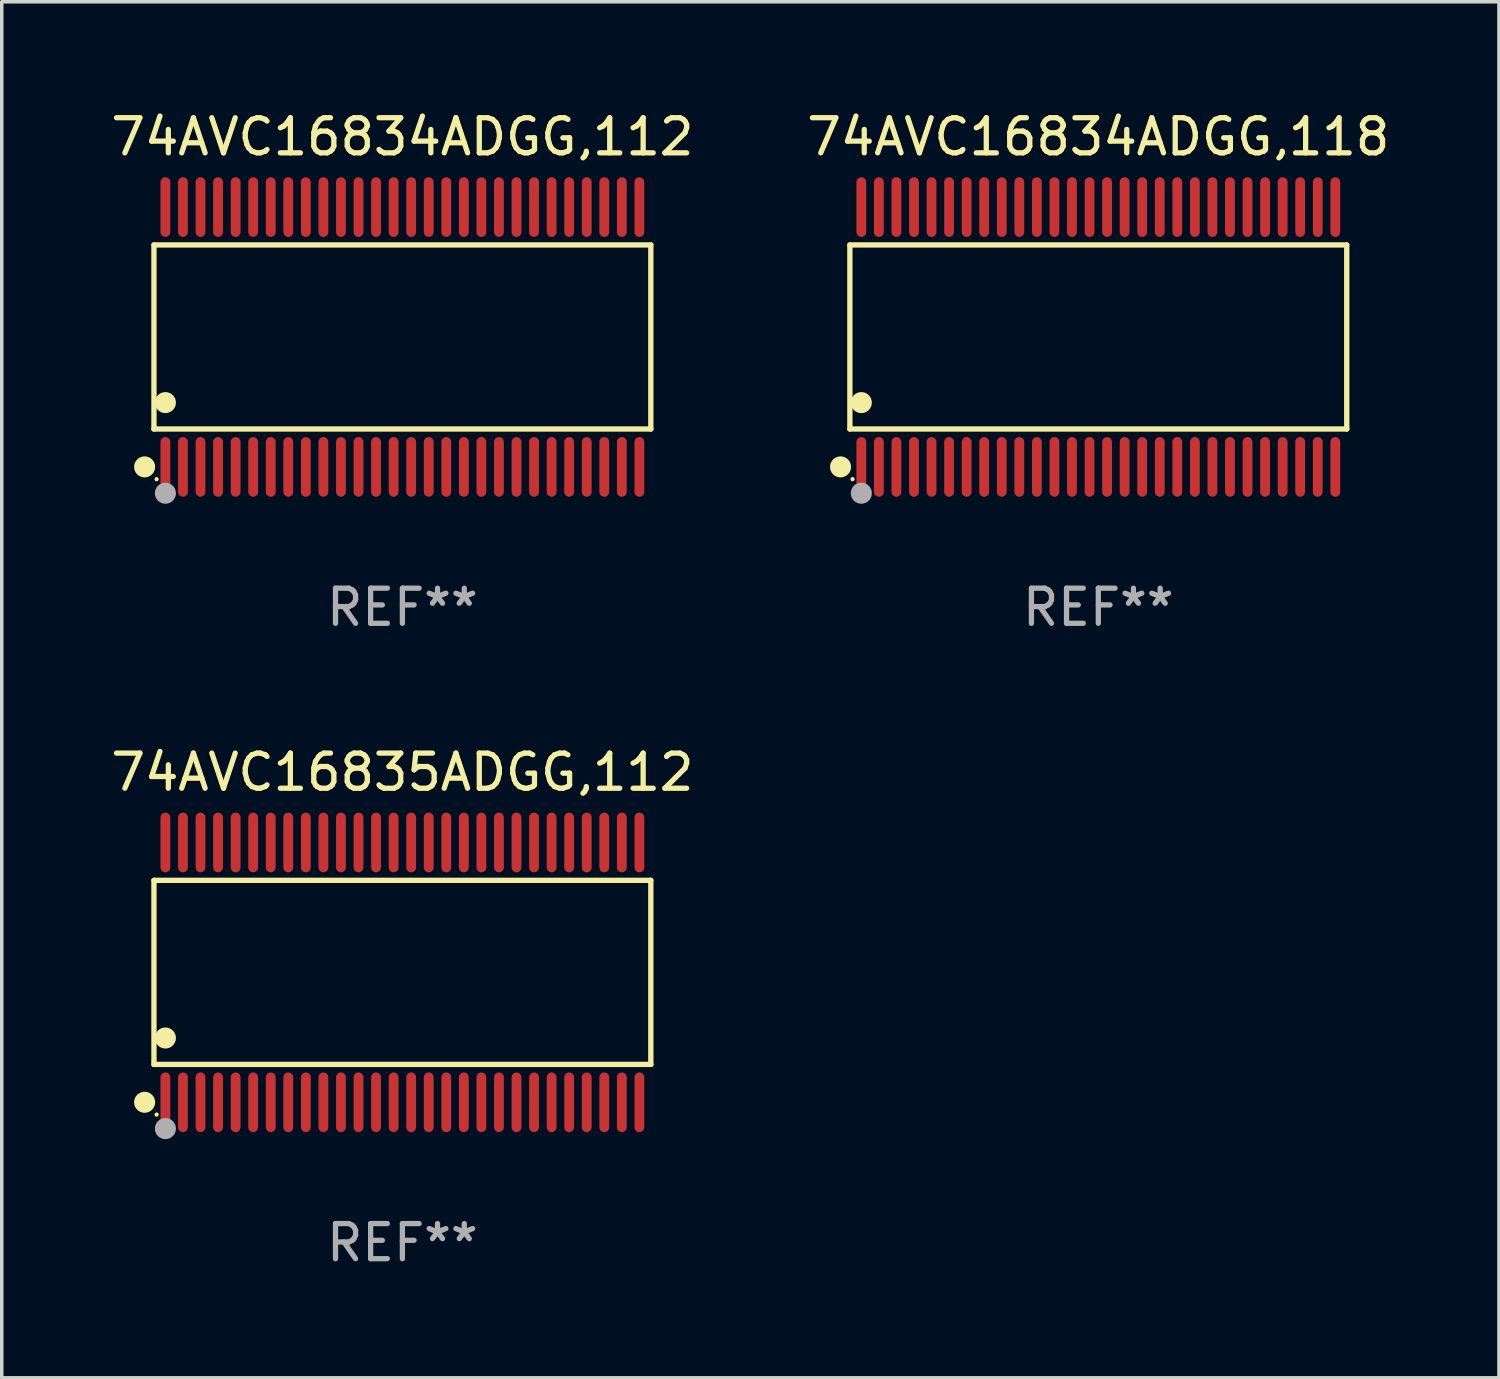
<source format=kicad_pcb>
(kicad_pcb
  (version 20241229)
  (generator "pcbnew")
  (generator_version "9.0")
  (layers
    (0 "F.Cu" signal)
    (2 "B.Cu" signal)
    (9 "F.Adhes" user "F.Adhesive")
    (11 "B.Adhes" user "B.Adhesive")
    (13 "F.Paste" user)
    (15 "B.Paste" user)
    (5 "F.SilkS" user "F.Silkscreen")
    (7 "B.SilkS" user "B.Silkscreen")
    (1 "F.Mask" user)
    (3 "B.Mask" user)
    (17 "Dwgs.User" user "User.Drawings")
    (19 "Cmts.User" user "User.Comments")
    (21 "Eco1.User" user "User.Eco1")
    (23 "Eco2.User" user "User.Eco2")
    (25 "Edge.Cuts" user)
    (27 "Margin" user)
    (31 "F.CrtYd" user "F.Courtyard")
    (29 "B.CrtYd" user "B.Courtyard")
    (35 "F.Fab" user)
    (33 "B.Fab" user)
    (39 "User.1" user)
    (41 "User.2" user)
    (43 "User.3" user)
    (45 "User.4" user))
  (footprint "74AVC16834ADGG,112"
    (layer "F.Cu")
    (at 8.411 6.548)
    (property "Reference" "74AVC16834ADGG,112" (at 0 -5.7 0) (layer "F.SilkS") (effects (font (size 1 1) (thickness 0.15))))
    (attr through_hole)
    (fp_line (start -7.076 -2.621) (end 7.076 -2.621) (stroke (width 0.152) (type solid)) (layer "F.SilkS"))
    (fp_line (start -7.076 2.621) (end -7.076 -2.621) (stroke (width 0.152) (type solid)) (layer "F.SilkS"))
    (fp_line (start 7.076 -2.621) (end 7.076 2.621) (stroke (width 0.152) (type solid)) (layer "F.SilkS"))
    (fp_line (start 7.076 2.621) (end -7.076 2.621) (stroke (width 0.152) (type solid)) (layer "F.SilkS"))
    (fp_circle (center -7.342 3.7) (end -7.192 3.7) (stroke (width 0.3) (type solid)) (fill no) (layer "F.SilkS"))
    (fp_circle (center -7 4.05) (end -6.97 4.05) (stroke (width 0.06) (type solid)) (fill no) (layer "F.SilkS"))
    (fp_circle (center -6.75 1.869) (end -6.6 1.869) (stroke (width 0.3) (type solid)) (fill no) (layer "F.SilkS"))
    (fp_circle (center -6.75 4.45) (end -6.6 4.45) (stroke (width 0.3) (type solid)) (fill no) (layer "F.Fab"))
    (fp_text user "REF**" (at 0 7.7 0) (layer "F.Fab") (effects (font (size 1 1) (thickness 0.15))))
    (pad "1" smd oval (at -6.75 3.7) (size 0.28 1.7) (layers "F.Cu" "F.Mask" "F.Paste"))
    (pad "2" smd oval (at -6.25 3.7) (size 0.28 1.7) (layers "F.Cu" "F.Mask" "F.Paste"))
    (pad "3" smd oval (at -5.75 3.7) (size 0.28 1.7) (layers "F.Cu" "F.Mask" "F.Paste"))
    (pad "4" smd oval (at -5.25 3.7) (size 0.28 1.7) (layers "F.Cu" "F.Mask" "F.Paste"))
    (pad "5" smd oval (at -4.75 3.7) (size 0.28 1.7) (layers "F.Cu" "F.Mask" "F.Paste"))
    (pad "6" smd oval (at -4.25 3.7) (size 0.28 1.7) (layers "F.Cu" "F.Mask" "F.Paste"))
    (pad "7" smd oval (at -3.75 3.7) (size 0.28 1.7) (layers "F.Cu" "F.Mask" "F.Paste"))
    (pad "8" smd oval (at -3.25 3.7) (size 0.28 1.7) (layers "F.Cu" "F.Mask" "F.Paste"))
    (pad "9" smd oval (at -2.75 3.7) (size 0.28 1.7) (layers "F.Cu" "F.Mask" "F.Paste"))
    (pad "10" smd oval (at -2.25 3.7) (size 0.28 1.7) (layers "F.Cu" "F.Mask" "F.Paste"))
    (pad "11" smd oval (at -1.75 3.7) (size 0.28 1.7) (layers "F.Cu" "F.Mask" "F.Paste"))
    (pad "12" smd oval (at -1.25 3.7) (size 0.28 1.7) (layers "F.Cu" "F.Mask" "F.Paste"))
    (pad "13" smd oval (at -0.75 3.7) (size 0.28 1.7) (layers "F.Cu" "F.Mask" "F.Paste"))
    (pad "14" smd oval (at -0.25 3.7) (size 0.28 1.7) (layers "F.Cu" "F.Mask" "F.Paste"))
    (pad "15" smd oval (at 0.25 3.7) (size 0.28 1.7) (layers "F.Cu" "F.Mask" "F.Paste"))
    (pad "16" smd oval (at 0.75 3.7) (size 0.28 1.7) (layers "F.Cu" "F.Mask" "F.Paste"))
    (pad "17" smd oval (at 1.25 3.7) (size 0.28 1.7) (layers "F.Cu" "F.Mask" "F.Paste"))
    (pad "18" smd oval (at 1.75 3.7) (size 0.28 1.7) (layers "F.Cu" "F.Mask" "F.Paste"))
    (pad "19" smd oval (at 2.25 3.7) (size 0.28 1.7) (layers "F.Cu" "F.Mask" "F.Paste"))
    (pad "20" smd oval (at 2.75 3.7) (size 0.28 1.7) (layers "F.Cu" "F.Mask" "F.Paste"))
    (pad "21" smd oval (at 3.25 3.7) (size 0.28 1.7) (layers "F.Cu" "F.Mask" "F.Paste"))
    (pad "22" smd oval (at 3.75 3.7) (size 0.28 1.7) (layers "F.Cu" "F.Mask" "F.Paste"))
    (pad "23" smd oval (at 4.25 3.7) (size 0.28 1.7) (layers "F.Cu" "F.Mask" "F.Paste"))
    (pad "24" smd oval (at 4.75 3.7) (size 0.28 1.7) (layers "F.Cu" "F.Mask" "F.Paste"))
    (pad "25" smd oval (at 5.25 3.7) (size 0.28 1.7) (layers "F.Cu" "F.Mask" "F.Paste"))
    (pad "26" smd oval (at 5.75 3.7) (size 0.28 1.7) (layers "F.Cu" "F.Mask" "F.Paste"))
    (pad "27" smd oval (at 6.25 3.7) (size 0.28 1.7) (layers "F.Cu" "F.Mask" "F.Paste"))
    (pad "28" smd oval (at 6.75 3.7) (size 0.28 1.7) (layers "F.Cu" "F.Mask" "F.Paste"))
    (pad "29" smd oval (at 6.75 -3.7) (size 0.28 1.7) (layers "F.Cu" "F.Mask" "F.Paste"))
    (pad "30" smd oval (at 6.25 -3.7) (size 0.28 1.7) (layers "F.Cu" "F.Mask" "F.Paste"))
    (pad "31" smd oval (at 5.75 -3.7) (size 0.28 1.7) (layers "F.Cu" "F.Mask" "F.Paste"))
    (pad "32" smd oval (at 5.25 -3.7) (size 0.28 1.7) (layers "F.Cu" "F.Mask" "F.Paste"))
    (pad "33" smd oval (at 4.75 -3.7) (size 0.28 1.7) (layers "F.Cu" "F.Mask" "F.Paste"))
    (pad "34" smd oval (at 4.25 -3.7) (size 0.28 1.7) (layers "F.Cu" "F.Mask" "F.Paste"))
    (pad "35" smd oval (at 3.75 -3.7) (size 0.28 1.7) (layers "F.Cu" "F.Mask" "F.Paste"))
    (pad "36" smd oval (at 3.25 -3.7) (size 0.28 1.7) (layers "F.Cu" "F.Mask" "F.Paste"))
    (pad "37" smd oval (at 2.75 -3.7) (size 0.28 1.7) (layers "F.Cu" "F.Mask" "F.Paste"))
    (pad "38" smd oval (at 2.25 -3.7) (size 0.28 1.7) (layers "F.Cu" "F.Mask" "F.Paste"))
    (pad "39" smd oval (at 1.75 -3.7) (size 0.28 1.7) (layers "F.Cu" "F.Mask" "F.Paste"))
    (pad "40" smd oval (at 1.25 -3.7) (size 0.28 1.7) (layers "F.Cu" "F.Mask" "F.Paste"))
    (pad "41" smd oval (at 0.75 -3.7) (size 0.28 1.7) (layers "F.Cu" "F.Mask" "F.Paste"))
    (pad "42" smd oval (at 0.25 -3.7) (size 0.28 1.7) (layers "F.Cu" "F.Mask" "F.Paste"))
    (pad "43" smd oval (at -0.25 -3.7) (size 0.28 1.7) (layers "F.Cu" "F.Mask" "F.Paste"))
    (pad "44" smd oval (at -0.75 -3.7) (size 0.28 1.7) (layers "F.Cu" "F.Mask" "F.Paste"))
    (pad "45" smd oval (at -1.25 -3.7) (size 0.28 1.7) (layers "F.Cu" "F.Mask" "F.Paste"))
    (pad "46" smd oval (at -1.75 -3.7) (size 0.28 1.7) (layers "F.Cu" "F.Mask" "F.Paste"))
    (pad "47" smd oval (at -2.25 -3.7) (size 0.28 1.7) (layers "F.Cu" "F.Mask" "F.Paste"))
    (pad "48" smd oval (at -2.75 -3.7) (size 0.28 1.7) (layers "F.Cu" "F.Mask" "F.Paste"))
    (pad "49" smd oval (at -3.25 -3.7) (size 0.28 1.7) (layers "F.Cu" "F.Mask" "F.Paste"))
    (pad "50" smd oval (at -3.75 -3.7) (size 0.28 1.7) (layers "F.Cu" "F.Mask" "F.Paste"))
    (pad "51" smd oval (at -4.25 -3.7) (size 0.28 1.7) (layers "F.Cu" "F.Mask" "F.Paste"))
    (pad "52" smd oval (at -4.75 -3.7) (size 0.28 1.7) (layers "F.Cu" "F.Mask" "F.Paste"))
    (pad "53" smd oval (at -5.25 -3.7) (size 0.28 1.7) (layers "F.Cu" "F.Mask" "F.Paste"))
    (pad "54" smd oval (at -5.75 -3.7) (size 0.28 1.7) (layers "F.Cu" "F.Mask" "F.Paste"))
    (pad "55" smd oval (at -6.25 -3.7) (size 0.28 1.7) (layers "F.Cu" "F.Mask" "F.Paste"))
    (pad "56" smd oval (at -6.75 -3.7) (size 0.28 1.7) (layers "F.Cu" "F.Mask" "F.Paste")))
  (footprint "74AVC16834ADGG,118"
    (layer "F.Cu")
    (at 28.232 6.548)
    (property "Reference" "74AVC16834ADGG,118" (at 0 -5.7 0) (layer "F.SilkS") (effects (font (size 1 1) (thickness 0.15))))
    (attr through_hole)
    (fp_line (start -7.076 -2.621) (end 7.076 -2.621) (stroke (width 0.152) (type solid)) (layer "F.SilkS"))
    (fp_line (start -7.076 2.621) (end -7.076 -2.621) (stroke (width 0.152) (type solid)) (layer "F.SilkS"))
    (fp_line (start 7.076 -2.621) (end 7.076 2.621) (stroke (width 0.152) (type solid)) (layer "F.SilkS"))
    (fp_line (start 7.076 2.621) (end -7.076 2.621) (stroke (width 0.152) (type solid)) (layer "F.SilkS"))
    (fp_circle (center -7.342 3.7) (end -7.192 3.7) (stroke (width 0.3) (type solid)) (fill no) (layer "F.SilkS"))
    (fp_circle (center -7 4.05) (end -6.97 4.05) (stroke (width 0.06) (type solid)) (fill no) (layer "F.SilkS"))
    (fp_circle (center -6.75 1.869) (end -6.6 1.869) (stroke (width 0.3) (type solid)) (fill no) (layer "F.SilkS"))
    (fp_circle (center -6.75 4.45) (end -6.6 4.45) (stroke (width 0.3) (type solid)) (fill no) (layer "F.Fab"))
    (fp_text user "REF**" (at 0 7.7 0) (layer "F.Fab") (effects (font (size 1 1) (thickness 0.15))))
    (pad "1" smd oval (at -6.75 3.7) (size 0.28 1.7) (layers "F.Cu" "F.Mask" "F.Paste"))
    (pad "2" smd oval (at -6.25 3.7) (size 0.28 1.7) (layers "F.Cu" "F.Mask" "F.Paste"))
    (pad "3" smd oval (at -5.75 3.7) (size 0.28 1.7) (layers "F.Cu" "F.Mask" "F.Paste"))
    (pad "4" smd oval (at -5.25 3.7) (size 0.28 1.7) (layers "F.Cu" "F.Mask" "F.Paste"))
    (pad "5" smd oval (at -4.75 3.7) (size 0.28 1.7) (layers "F.Cu" "F.Mask" "F.Paste"))
    (pad "6" smd oval (at -4.25 3.7) (size 0.28 1.7) (layers "F.Cu" "F.Mask" "F.Paste"))
    (pad "7" smd oval (at -3.75 3.7) (size 0.28 1.7) (layers "F.Cu" "F.Mask" "F.Paste"))
    (pad "8" smd oval (at -3.25 3.7) (size 0.28 1.7) (layers "F.Cu" "F.Mask" "F.Paste"))
    (pad "9" smd oval (at -2.75 3.7) (size 0.28 1.7) (layers "F.Cu" "F.Mask" "F.Paste"))
    (pad "10" smd oval (at -2.25 3.7) (size 0.28 1.7) (layers "F.Cu" "F.Mask" "F.Paste"))
    (pad "11" smd oval (at -1.75 3.7) (size 0.28 1.7) (layers "F.Cu" "F.Mask" "F.Paste"))
    (pad "12" smd oval (at -1.25 3.7) (size 0.28 1.7) (layers "F.Cu" "F.Mask" "F.Paste"))
    (pad "13" smd oval (at -0.75 3.7) (size 0.28 1.7) (layers "F.Cu" "F.Mask" "F.Paste"))
    (pad "14" smd oval (at -0.25 3.7) (size 0.28 1.7) (layers "F.Cu" "F.Mask" "F.Paste"))
    (pad "15" smd oval (at 0.25 3.7) (size 0.28 1.7) (layers "F.Cu" "F.Mask" "F.Paste"))
    (pad "16" smd oval (at 0.75 3.7) (size 0.28 1.7) (layers "F.Cu" "F.Mask" "F.Paste"))
    (pad "17" smd oval (at 1.25 3.7) (size 0.28 1.7) (layers "F.Cu" "F.Mask" "F.Paste"))
    (pad "18" smd oval (at 1.75 3.7) (size 0.28 1.7) (layers "F.Cu" "F.Mask" "F.Paste"))
    (pad "19" smd oval (at 2.25 3.7) (size 0.28 1.7) (layers "F.Cu" "F.Mask" "F.Paste"))
    (pad "20" smd oval (at 2.75 3.7) (size 0.28 1.7) (layers "F.Cu" "F.Mask" "F.Paste"))
    (pad "21" smd oval (at 3.25 3.7) (size 0.28 1.7) (layers "F.Cu" "F.Mask" "F.Paste"))
    (pad "22" smd oval (at 3.75 3.7) (size 0.28 1.7) (layers "F.Cu" "F.Mask" "F.Paste"))
    (pad "23" smd oval (at 4.25 3.7) (size 0.28 1.7) (layers "F.Cu" "F.Mask" "F.Paste"))
    (pad "24" smd oval (at 4.75 3.7) (size 0.28 1.7) (layers "F.Cu" "F.Mask" "F.Paste"))
    (pad "25" smd oval (at 5.25 3.7) (size 0.28 1.7) (layers "F.Cu" "F.Mask" "F.Paste"))
    (pad "26" smd oval (at 5.75 3.7) (size 0.28 1.7) (layers "F.Cu" "F.Mask" "F.Paste"))
    (pad "27" smd oval (at 6.25 3.7) (size 0.28 1.7) (layers "F.Cu" "F.Mask" "F.Paste"))
    (pad "28" smd oval (at 6.75 3.7) (size 0.28 1.7) (layers "F.Cu" "F.Mask" "F.Paste"))
    (pad "29" smd oval (at 6.75 -3.7) (size 0.28 1.7) (layers "F.Cu" "F.Mask" "F.Paste"))
    (pad "30" smd oval (at 6.25 -3.7) (size 0.28 1.7) (layers "F.Cu" "F.Mask" "F.Paste"))
    (pad "31" smd oval (at 5.75 -3.7) (size 0.28 1.7) (layers "F.Cu" "F.Mask" "F.Paste"))
    (pad "32" smd oval (at 5.25 -3.7) (size 0.28 1.7) (layers "F.Cu" "F.Mask" "F.Paste"))
    (pad "33" smd oval (at 4.75 -3.7) (size 0.28 1.7) (layers "F.Cu" "F.Mask" "F.Paste"))
    (pad "34" smd oval (at 4.25 -3.7) (size 0.28 1.7) (layers "F.Cu" "F.Mask" "F.Paste"))
    (pad "35" smd oval (at 3.75 -3.7) (size 0.28 1.7) (layers "F.Cu" "F.Mask" "F.Paste"))
    (pad "36" smd oval (at 3.25 -3.7) (size 0.28 1.7) (layers "F.Cu" "F.Mask" "F.Paste"))
    (pad "37" smd oval (at 2.75 -3.7) (size 0.28 1.7) (layers "F.Cu" "F.Mask" "F.Paste"))
    (pad "38" smd oval (at 2.25 -3.7) (size 0.28 1.7) (layers "F.Cu" "F.Mask" "F.Paste"))
    (pad "39" smd oval (at 1.75 -3.7) (size 0.28 1.7) (layers "F.Cu" "F.Mask" "F.Paste"))
    (pad "40" smd oval (at 1.25 -3.7) (size 0.28 1.7) (layers "F.Cu" "F.Mask" "F.Paste"))
    (pad "41" smd oval (at 0.75 -3.7) (size 0.28 1.7) (layers "F.Cu" "F.Mask" "F.Paste"))
    (pad "42" smd oval (at 0.25 -3.7) (size 0.28 1.7) (layers "F.Cu" "F.Mask" "F.Paste"))
    (pad "43" smd oval (at -0.25 -3.7) (size 0.28 1.7) (layers "F.Cu" "F.Mask" "F.Paste"))
    (pad "44" smd oval (at -0.75 -3.7) (size 0.28 1.7) (layers "F.Cu" "F.Mask" "F.Paste"))
    (pad "45" smd oval (at -1.25 -3.7) (size 0.28 1.7) (layers "F.Cu" "F.Mask" "F.Paste"))
    (pad "46" smd oval (at -1.75 -3.7) (size 0.28 1.7) (layers "F.Cu" "F.Mask" "F.Paste"))
    (pad "47" smd oval (at -2.25 -3.7) (size 0.28 1.7) (layers "F.Cu" "F.Mask" "F.Paste"))
    (pad "48" smd oval (at -2.75 -3.7) (size 0.28 1.7) (layers "F.Cu" "F.Mask" "F.Paste"))
    (pad "49" smd oval (at -3.25 -3.7) (size 0.28 1.7) (layers "F.Cu" "F.Mask" "F.Paste"))
    (pad "50" smd oval (at -3.75 -3.7) (size 0.28 1.7) (layers "F.Cu" "F.Mask" "F.Paste"))
    (pad "51" smd oval (at -4.25 -3.7) (size 0.28 1.7) (layers "F.Cu" "F.Mask" "F.Paste"))
    (pad "52" smd oval (at -4.75 -3.7) (size 0.28 1.7) (layers "F.Cu" "F.Mask" "F.Paste"))
    (pad "53" smd oval (at -5.25 -3.7) (size 0.28 1.7) (layers "F.Cu" "F.Mask" "F.Paste"))
    (pad "54" smd oval (at -5.75 -3.7) (size 0.28 1.7) (layers "F.Cu" "F.Mask" "F.Paste"))
    (pad "55" smd oval (at -6.25 -3.7) (size 0.28 1.7) (layers "F.Cu" "F.Mask" "F.Paste"))
    (pad "56" smd oval (at -6.75 -3.7) (size 0.28 1.7) (layers "F.Cu" "F.Mask" "F.Paste")))
  (footprint "74AVC16835ADGG,112"
    (layer "F.Cu")
    (at 8.411 24.645)
    (property "Reference" "74AVC16835ADGG,112" (at 0 -5.7 0) (layer "F.SilkS") (effects (font (size 1 1) (thickness 0.15))))
    (attr through_hole)
    (fp_line (start -7.076 -2.621) (end 7.076 -2.621) (stroke (width 0.152) (type solid)) (layer "F.SilkS"))
    (fp_line (start -7.076 2.621) (end -7.076 -2.621) (stroke (width 0.152) (type solid)) (layer "F.SilkS"))
    (fp_line (start 7.076 -2.621) (end 7.076 2.621) (stroke (width 0.152) (type solid)) (layer "F.SilkS"))
    (fp_line (start 7.076 2.621) (end -7.076 2.621) (stroke (width 0.152) (type solid)) (layer "F.SilkS"))
    (fp_circle (center -7.342 3.7) (end -7.192 3.7) (stroke (width 0.3) (type solid)) (fill no) (layer "F.SilkS"))
    (fp_circle (center -7 4.05) (end -6.97 4.05) (stroke (width 0.06) (type solid)) (fill no) (layer "F.SilkS"))
    (fp_circle (center -6.75 1.869) (end -6.6 1.869) (stroke (width 0.3) (type solid)) (fill no) (layer "F.SilkS"))
    (fp_circle (center -6.75 4.45) (end -6.6 4.45) (stroke (width 0.3) (type solid)) (fill no) (layer "F.Fab"))
    (fp_text user "REF**" (at 0 7.7 0) (layer "F.Fab") (effects (font (size 1 1) (thickness 0.15))))
    (pad "1" smd oval (at -6.75 3.7) (size 0.28 1.7) (layers "F.Cu" "F.Mask" "F.Paste"))
    (pad "2" smd oval (at -6.25 3.7) (size 0.28 1.7) (layers "F.Cu" "F.Mask" "F.Paste"))
    (pad "3" smd oval (at -5.75 3.7) (size 0.28 1.7) (layers "F.Cu" "F.Mask" "F.Paste"))
    (pad "4" smd oval (at -5.25 3.7) (size 0.28 1.7) (layers "F.Cu" "F.Mask" "F.Paste"))
    (pad "5" smd oval (at -4.75 3.7) (size 0.28 1.7) (layers "F.Cu" "F.Mask" "F.Paste"))
    (pad "6" smd oval (at -4.25 3.7) (size 0.28 1.7) (layers "F.Cu" "F.Mask" "F.Paste"))
    (pad "7" smd oval (at -3.75 3.7) (size 0.28 1.7) (layers "F.Cu" "F.Mask" "F.Paste"))
    (pad "8" smd oval (at -3.25 3.7) (size 0.28 1.7) (layers "F.Cu" "F.Mask" "F.Paste"))
    (pad "9" smd oval (at -2.75 3.7) (size 0.28 1.7) (layers "F.Cu" "F.Mask" "F.Paste"))
    (pad "10" smd oval (at -2.25 3.7) (size 0.28 1.7) (layers "F.Cu" "F.Mask" "F.Paste"))
    (pad "11" smd oval (at -1.75 3.7) (size 0.28 1.7) (layers "F.Cu" "F.Mask" "F.Paste"))
    (pad "12" smd oval (at -1.25 3.7) (size 0.28 1.7) (layers "F.Cu" "F.Mask" "F.Paste"))
    (pad "13" smd oval (at -0.75 3.7) (size 0.28 1.7) (layers "F.Cu" "F.Mask" "F.Paste"))
    (pad "14" smd oval (at -0.25 3.7) (size 0.28 1.7) (layers "F.Cu" "F.Mask" "F.Paste"))
    (pad "15" smd oval (at 0.25 3.7) (size 0.28 1.7) (layers "F.Cu" "F.Mask" "F.Paste"))
    (pad "16" smd oval (at 0.75 3.7) (size 0.28 1.7) (layers "F.Cu" "F.Mask" "F.Paste"))
    (pad "17" smd oval (at 1.25 3.7) (size 0.28 1.7) (layers "F.Cu" "F.Mask" "F.Paste"))
    (pad "18" smd oval (at 1.75 3.7) (size 0.28 1.7) (layers "F.Cu" "F.Mask" "F.Paste"))
    (pad "19" smd oval (at 2.25 3.7) (size 0.28 1.7) (layers "F.Cu" "F.Mask" "F.Paste"))
    (pad "20" smd oval (at 2.75 3.7) (size 0.28 1.7) (layers "F.Cu" "F.Mask" "F.Paste"))
    (pad "21" smd oval (at 3.25 3.7) (size 0.28 1.7) (layers "F.Cu" "F.Mask" "F.Paste"))
    (pad "22" smd oval (at 3.75 3.7) (size 0.28 1.7) (layers "F.Cu" "F.Mask" "F.Paste"))
    (pad "23" smd oval (at 4.25 3.7) (size 0.28 1.7) (layers "F.Cu" "F.Mask" "F.Paste"))
    (pad "24" smd oval (at 4.75 3.7) (size 0.28 1.7) (layers "F.Cu" "F.Mask" "F.Paste"))
    (pad "25" smd oval (at 5.25 3.7) (size 0.28 1.7) (layers "F.Cu" "F.Mask" "F.Paste"))
    (pad "26" smd oval (at 5.75 3.7) (size 0.28 1.7) (layers "F.Cu" "F.Mask" "F.Paste"))
    (pad "27" smd oval (at 6.25 3.7) (size 0.28 1.7) (layers "F.Cu" "F.Mask" "F.Paste"))
    (pad "28" smd oval (at 6.75 3.7) (size 0.28 1.7) (layers "F.Cu" "F.Mask" "F.Paste"))
    (pad "29" smd oval (at 6.75 -3.7) (size 0.28 1.7) (layers "F.Cu" "F.Mask" "F.Paste"))
    (pad "30" smd oval (at 6.25 -3.7) (size 0.28 1.7) (layers "F.Cu" "F.Mask" "F.Paste"))
    (pad "31" smd oval (at 5.75 -3.7) (size 0.28 1.7) (layers "F.Cu" "F.Mask" "F.Paste"))
    (pad "32" smd oval (at 5.25 -3.7) (size 0.28 1.7) (layers "F.Cu" "F.Mask" "F.Paste"))
    (pad "33" smd oval (at 4.75 -3.7) (size 0.28 1.7) (layers "F.Cu" "F.Mask" "F.Paste"))
    (pad "34" smd oval (at 4.25 -3.7) (size 0.28 1.7) (layers "F.Cu" "F.Mask" "F.Paste"))
    (pad "35" smd oval (at 3.75 -3.7) (size 0.28 1.7) (layers "F.Cu" "F.Mask" "F.Paste"))
    (pad "36" smd oval (at 3.25 -3.7) (size 0.28 1.7) (layers "F.Cu" "F.Mask" "F.Paste"))
    (pad "37" smd oval (at 2.75 -3.7) (size 0.28 1.7) (layers "F.Cu" "F.Mask" "F.Paste"))
    (pad "38" smd oval (at 2.25 -3.7) (size 0.28 1.7) (layers "F.Cu" "F.Mask" "F.Paste"))
    (pad "39" smd oval (at 1.75 -3.7) (size 0.28 1.7) (layers "F.Cu" "F.Mask" "F.Paste"))
    (pad "40" smd oval (at 1.25 -3.7) (size 0.28 1.7) (layers "F.Cu" "F.Mask" "F.Paste"))
    (pad "41" smd oval (at 0.75 -3.7) (size 0.28 1.7) (layers "F.Cu" "F.Mask" "F.Paste"))
    (pad "42" smd oval (at 0.25 -3.7) (size 0.28 1.7) (layers "F.Cu" "F.Mask" "F.Paste"))
    (pad "43" smd oval (at -0.25 -3.7) (size 0.28 1.7) (layers "F.Cu" "F.Mask" "F.Paste"))
    (pad "44" smd oval (at -0.75 -3.7) (size 0.28 1.7) (layers "F.Cu" "F.Mask" "F.Paste"))
    (pad "45" smd oval (at -1.25 -3.7) (size 0.28 1.7) (layers "F.Cu" "F.Mask" "F.Paste"))
    (pad "46" smd oval (at -1.75 -3.7) (size 0.28 1.7) (layers "F.Cu" "F.Mask" "F.Paste"))
    (pad "47" smd oval (at -2.25 -3.7) (size 0.28 1.7) (layers "F.Cu" "F.Mask" "F.Paste"))
    (pad "48" smd oval (at -2.75 -3.7) (size 0.28 1.7) (layers "F.Cu" "F.Mask" "F.Paste"))
    (pad "49" smd oval (at -3.25 -3.7) (size 0.28 1.7) (layers "F.Cu" "F.Mask" "F.Paste"))
    (pad "50" smd oval (at -3.75 -3.7) (size 0.28 1.7) (layers "F.Cu" "F.Mask" "F.Paste"))
    (pad "51" smd oval (at -4.25 -3.7) (size 0.28 1.7) (layers "F.Cu" "F.Mask" "F.Paste"))
    (pad "52" smd oval (at -4.75 -3.7) (size 0.28 1.7) (layers "F.Cu" "F.Mask" "F.Paste"))
    (pad "53" smd oval (at -5.25 -3.7) (size 0.28 1.7) (layers "F.Cu" "F.Mask" "F.Paste"))
    (pad "54" smd oval (at -5.75 -3.7) (size 0.28 1.7) (layers "F.Cu" "F.Mask" "F.Paste"))
    (pad "55" smd oval (at -6.25 -3.7) (size 0.28 1.7) (layers "F.Cu" "F.Mask" "F.Paste"))
    (pad "56" smd oval (at -6.75 -3.7) (size 0.28 1.7) (layers "F.Cu" "F.Mask" "F.Paste")))
  (gr_rect
    (start -3 -3)
    (end 39.643 36.193)
    (stroke (width 0.1) (type default))
    (fill no)
    (layer "Edge.Cuts")))
</source>
